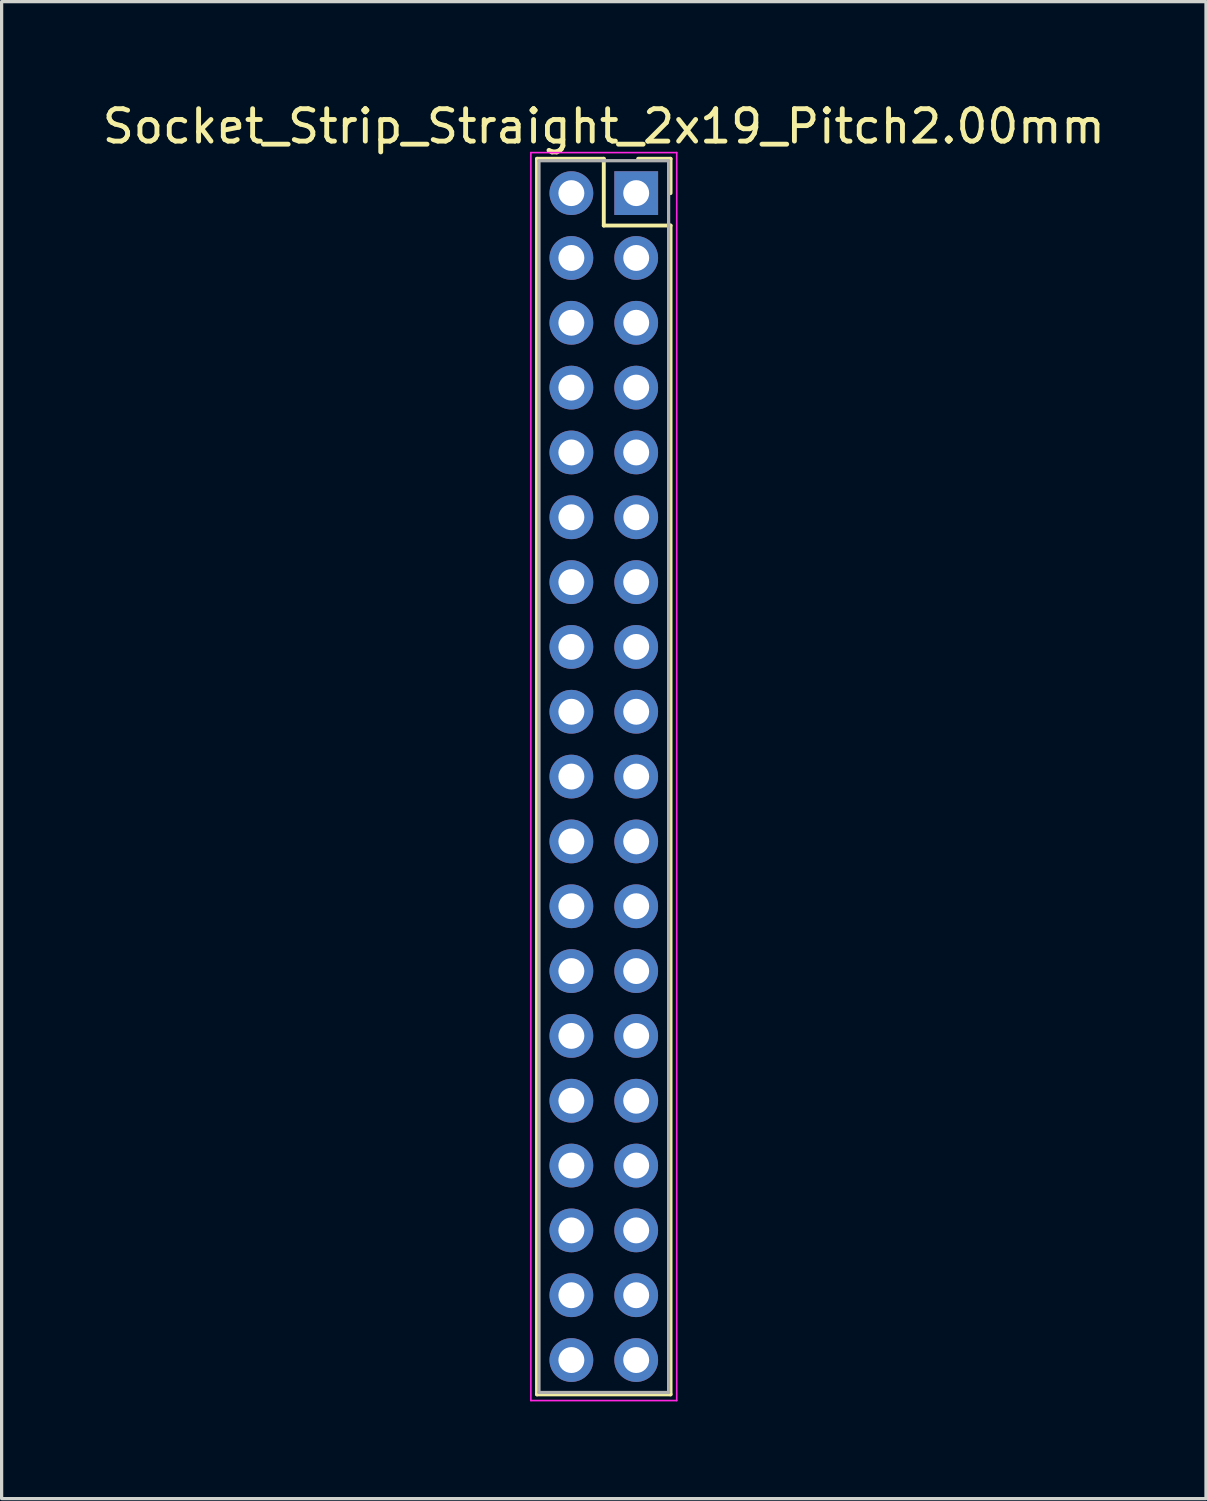
<source format=kicad_pcb>
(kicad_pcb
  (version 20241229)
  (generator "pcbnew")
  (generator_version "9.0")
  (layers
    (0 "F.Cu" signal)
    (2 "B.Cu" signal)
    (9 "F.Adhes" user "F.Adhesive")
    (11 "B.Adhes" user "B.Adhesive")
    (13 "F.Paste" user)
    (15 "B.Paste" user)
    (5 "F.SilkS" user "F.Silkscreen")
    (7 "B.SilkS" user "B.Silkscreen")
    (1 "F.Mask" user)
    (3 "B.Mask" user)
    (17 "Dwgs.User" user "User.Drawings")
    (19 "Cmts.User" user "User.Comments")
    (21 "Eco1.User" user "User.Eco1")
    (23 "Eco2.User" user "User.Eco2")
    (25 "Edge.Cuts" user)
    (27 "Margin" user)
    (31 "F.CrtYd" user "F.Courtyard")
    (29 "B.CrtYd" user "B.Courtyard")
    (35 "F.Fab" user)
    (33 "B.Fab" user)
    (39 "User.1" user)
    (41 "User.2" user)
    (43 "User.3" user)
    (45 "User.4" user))
  (footprint "Socket_Strip_Straight_2x19_Pitch2.00mm"
    (layer "F.Cu")
    (at 16.577 2.908)
    (property "Reference" "Socket_Strip_Straight_2x19_Pitch2.00mm" (at -1 -2.06 0) (layer "F.SilkS") (effects (font (size 1 1) (thickness 0.15))))
    (attr through_hole)
    (fp_line (start -3.06 -1.06) (end -1 -1.06) (stroke (width 0.12) (type solid)) (layer "F.SilkS"))
    (fp_line (start -3.06 37.06) (end -3.06 -1.06) (stroke (width 0.12) (type solid)) (layer "F.SilkS"))
    (fp_line (start -1 -1.06) (end -1 1) (stroke (width 0.12) (type solid)) (layer "F.SilkS"))
    (fp_line (start -1 1) (end 1.06 1) (stroke (width 0.12) (type solid)) (layer "F.SilkS"))
    (fp_line (start 1.06 -1.06) (end 0.06 -1.06) (stroke (width 0.12) (type solid)) (layer "F.SilkS"))
    (fp_line (start 1.06 0) (end 1.06 -1.06) (stroke (width 0.12) (type solid)) (layer "F.SilkS"))
    (fp_line (start 1.06 1) (end 1.06 37.06) (stroke (width 0.12) (type solid)) (layer "F.SilkS"))
    (fp_line (start 1.06 37.06) (end -3.06 37.06) (stroke (width 0.12) (type solid)) (layer "F.SilkS"))
    (fp_line (start -3.25 -1.25) (end -3.25 37.25) (stroke (width 0.05) (type solid)) (layer "F.CrtYd"))
    (fp_line (start -3.25 37.25) (end 1.25 37.25) (stroke (width 0.05) (type solid)) (layer "F.CrtYd"))
    (fp_line (start 1.25 -1.25) (end -3.25 -1.25) (stroke (width 0.05) (type solid)) (layer "F.CrtYd"))
    (fp_line (start 1.25 37.25) (end 1.25 -1.25) (stroke (width 0.05) (type solid)) (layer "F.CrtYd"))
    (fp_line (start -3 -1) (end -3 37) (stroke (width 0.1) (type solid)) (layer "F.Fab"))
    (fp_line (start -3 37) (end 1 37) (stroke (width 0.1) (type solid)) (layer "F.Fab"))
    (fp_line (start 1 -1) (end -3 -1) (stroke (width 0.1) (type solid)) (layer "F.Fab"))
    (fp_line (start 1 37) (end 1 -1) (stroke (width 0.1) (type solid)) (layer "F.Fab"))
    (pad "1" thru_hole rect (at 0 0) (size 1.35 1.35) (drill 0.8) (layers "*.Cu" "*.Mask"))
    (pad "2" thru_hole oval (at -2 0) (size 1.35 1.35) (drill 0.8) (layers "*.Cu" "*.Mask"))
    (pad "3" thru_hole oval (at 0 2) (size 1.35 1.35) (drill 0.8) (layers "*.Cu" "*.Mask"))
    (pad "4" thru_hole oval (at -2 2) (size 1.35 1.35) (drill 0.8) (layers "*.Cu" "*.Mask"))
    (pad "5" thru_hole oval (at 0 4) (size 1.35 1.35) (drill 0.8) (layers "*.Cu" "*.Mask"))
    (pad "6" thru_hole oval (at -2 4) (size 1.35 1.35) (drill 0.8) (layers "*.Cu" "*.Mask"))
    (pad "7" thru_hole oval (at 0 6) (size 1.35 1.35) (drill 0.8) (layers "*.Cu" "*.Mask"))
    (pad "8" thru_hole oval (at -2 6) (size 1.35 1.35) (drill 0.8) (layers "*.Cu" "*.Mask"))
    (pad "9" thru_hole oval (at 0 8) (size 1.35 1.35) (drill 0.8) (layers "*.Cu" "*.Mask"))
    (pad "10" thru_hole oval (at -2 8) (size 1.35 1.35) (drill 0.8) (layers "*.Cu" "*.Mask"))
    (pad "11" thru_hole oval (at 0 10) (size 1.35 1.35) (drill 0.8) (layers "*.Cu" "*.Mask"))
    (pad "12" thru_hole oval (at -2 10) (size 1.35 1.35) (drill 0.8) (layers "*.Cu" "*.Mask"))
    (pad "13" thru_hole oval (at 0 12) (size 1.35 1.35) (drill 0.8) (layers "*.Cu" "*.Mask"))
    (pad "14" thru_hole oval (at -2 12) (size 1.35 1.35) (drill 0.8) (layers "*.Cu" "*.Mask"))
    (pad "15" thru_hole oval (at 0 14) (size 1.35 1.35) (drill 0.8) (layers "*.Cu" "*.Mask"))
    (pad "16" thru_hole oval (at -2 14) (size 1.35 1.35) (drill 0.8) (layers "*.Cu" "*.Mask"))
    (pad "17" thru_hole oval (at 0 16) (size 1.35 1.35) (drill 0.8) (layers "*.Cu" "*.Mask"))
    (pad "18" thru_hole oval (at -2 16) (size 1.35 1.35) (drill 0.8) (layers "*.Cu" "*.Mask"))
    (pad "19" thru_hole oval (at 0 18) (size 1.35 1.35) (drill 0.8) (layers "*.Cu" "*.Mask"))
    (pad "20" thru_hole oval (at -2 18) (size 1.35 1.35) (drill 0.8) (layers "*.Cu" "*.Mask"))
    (pad "21" thru_hole oval (at 0 20) (size 1.35 1.35) (drill 0.8) (layers "*.Cu" "*.Mask"))
    (pad "22" thru_hole oval (at -2 20) (size 1.35 1.35) (drill 0.8) (layers "*.Cu" "*.Mask"))
    (pad "23" thru_hole oval (at 0 22) (size 1.35 1.35) (drill 0.8) (layers "*.Cu" "*.Mask"))
    (pad "24" thru_hole oval (at -2 22) (size 1.35 1.35) (drill 0.8) (layers "*.Cu" "*.Mask"))
    (pad "25" thru_hole oval (at 0 24) (size 1.35 1.35) (drill 0.8) (layers "*.Cu" "*.Mask"))
    (pad "26" thru_hole oval (at -2 24) (size 1.35 1.35) (drill 0.8) (layers "*.Cu" "*.Mask"))
    (pad "27" thru_hole oval (at 0 26) (size 1.35 1.35) (drill 0.8) (layers "*.Cu" "*.Mask"))
    (pad "28" thru_hole oval (at -2 26) (size 1.35 1.35) (drill 0.8) (layers "*.Cu" "*.Mask"))
    (pad "29" thru_hole oval (at 0 28) (size 1.35 1.35) (drill 0.8) (layers "*.Cu" "*.Mask"))
    (pad "30" thru_hole oval (at -2 28) (size 1.35 1.35) (drill 0.8) (layers "*.Cu" "*.Mask"))
    (pad "31" thru_hole oval (at 0 30) (size 1.35 1.35) (drill 0.8) (layers "*.Cu" "*.Mask"))
    (pad "32" thru_hole oval (at -2 30) (size 1.35 1.35) (drill 0.8) (layers "*.Cu" "*.Mask"))
    (pad "33" thru_hole oval (at 0 32) (size 1.35 1.35) (drill 0.8) (layers "*.Cu" "*.Mask"))
    (pad "34" thru_hole oval (at -2 32) (size 1.35 1.35) (drill 0.8) (layers "*.Cu" "*.Mask"))
    (pad "35" thru_hole oval (at 0 34) (size 1.35 1.35) (drill 0.8) (layers "*.Cu" "*.Mask"))
    (pad "36" thru_hole oval (at -2 34) (size 1.35 1.35) (drill 0.8) (layers "*.Cu" "*.Mask"))
    (pad "37" thru_hole oval (at 0 36) (size 1.35 1.35) (drill 0.8) (layers "*.Cu" "*.Mask"))
    (pad "38" thru_hole oval (at -2 36) (size 1.35 1.35) (drill 0.8) (layers "*.Cu" "*.Mask")))
  (gr_rect
    (start -3 -3)
    (end 34.155 43.183)
    (stroke (width 0.1) (type default))
    (fill no)
    (layer "Edge.Cuts")))
</source>
